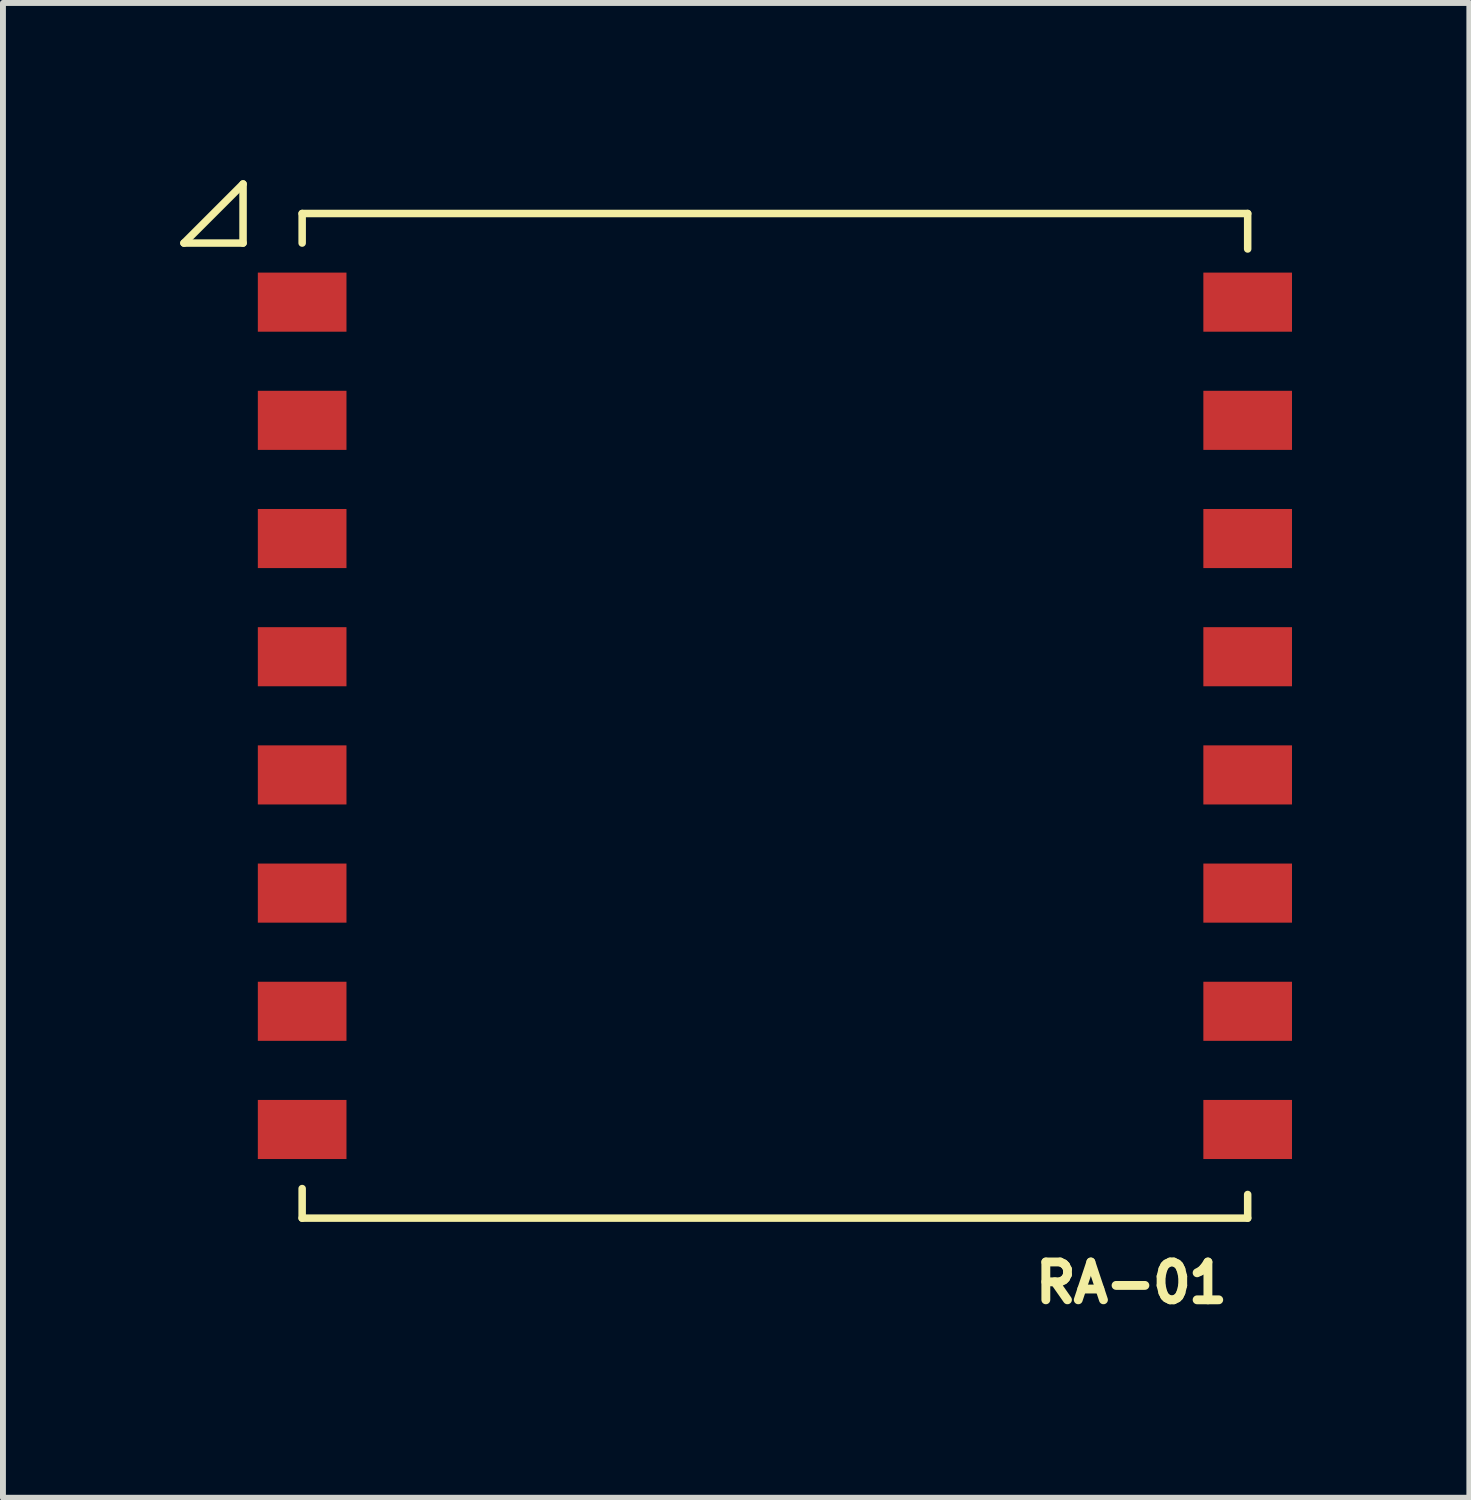
<source format=kicad_pcb>
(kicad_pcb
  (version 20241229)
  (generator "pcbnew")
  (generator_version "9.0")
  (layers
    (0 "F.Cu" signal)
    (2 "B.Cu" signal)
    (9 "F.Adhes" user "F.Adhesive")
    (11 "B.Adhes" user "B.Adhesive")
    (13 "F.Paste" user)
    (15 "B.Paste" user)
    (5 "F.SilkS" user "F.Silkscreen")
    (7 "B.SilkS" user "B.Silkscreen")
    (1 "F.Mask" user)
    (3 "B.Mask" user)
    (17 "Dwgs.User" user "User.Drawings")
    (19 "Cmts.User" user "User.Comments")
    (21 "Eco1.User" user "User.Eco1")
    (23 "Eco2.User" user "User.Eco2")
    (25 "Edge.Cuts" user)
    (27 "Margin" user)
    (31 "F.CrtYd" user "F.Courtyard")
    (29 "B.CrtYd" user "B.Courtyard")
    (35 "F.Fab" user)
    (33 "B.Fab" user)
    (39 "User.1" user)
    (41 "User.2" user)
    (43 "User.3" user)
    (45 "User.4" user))
  (footprint "RA-01"
    (layer "F.Cu")
    (at 10.063 9.063)
    (property "Reference" "RA-01" (at 6.032 9.594 0) (layer "F.SilkS") (effects (font (size 0.64 0.64) (thickness 0.15))))
    (attr through_hole)
    (fp_line (start -10 -8) (end -9 -8) (stroke (width 0.127) (type solid)) (layer "F.SilkS"))
    (fp_line (start -9 -9) (end -10 -8) (stroke (width 0.127) (type solid)) (layer "F.SilkS"))
    (fp_line (start -9 -8) (end -9 -9) (stroke (width 0.127) (type solid)) (layer "F.SilkS"))
    (fp_line (start -8 -8.5) (end 8 -8.5) (stroke (width 0.127) (type solid)) (layer "F.SilkS"))
    (fp_line (start -8 -8) (end -8 -8.5) (stroke (width 0.127) (type solid)) (layer "F.SilkS"))
    (fp_line (start -8 8) (end -8 8.5) (stroke (width 0.127) (type solid)) (layer "F.SilkS"))
    (fp_line (start -8 8.5) (end 8 8.5) (stroke (width 0.127) (type solid)) (layer "F.SilkS"))
    (fp_line (start 8 -8.5) (end 8 -7.9) (stroke (width 0.127) (type solid)) (layer "F.SilkS"))
    (fp_line (start 8 8.5) (end 8 8.1) (stroke (width 0.127) (type solid)) (layer "F.SilkS"))
    (pad "1" smd rect (at -8 -7) (size 1.5 1) (layers "F.Cu" "F.Mask" "F.Paste"))
    (pad "2" smd rect (at -8 -5) (size 1.5 1) (layers "F.Cu" "F.Mask" "F.Paste"))
    (pad "3" smd rect (at -8 -3) (size 1.5 1) (layers "F.Cu" "F.Mask" "F.Paste"))
    (pad "4" smd rect (at -8 -1) (size 1.5 1) (layers "F.Cu" "F.Mask" "F.Paste"))
    (pad "5" smd rect (at -8 1) (size 1.5 1) (layers "F.Cu" "F.Mask" "F.Paste"))
    (pad "6" smd rect (at -8 3) (size 1.5 1) (layers "F.Cu" "F.Mask" "F.Paste"))
    (pad "7" smd rect (at -8 5) (size 1.5 1) (layers "F.Cu" "F.Mask" "F.Paste"))
    (pad "8" smd rect (at -8 7) (size 1.5 1) (layers "F.Cu" "F.Mask" "F.Paste"))
    (pad "9" smd rect (at 8 7) (size 1.5 1) (layers "F.Cu" "F.Mask" "F.Paste"))
    (pad "10" smd rect (at 8 5) (size 1.5 1) (layers "F.Cu" "F.Mask" "F.Paste"))
    (pad "11" smd rect (at 8 3) (size 1.5 1) (layers "F.Cu" "F.Mask" "F.Paste"))
    (pad "12" smd rect (at 8 1) (size 1.5 1) (layers "F.Cu" "F.Mask" "F.Paste"))
    (pad "13" smd rect (at 8 -1) (size 1.5 1) (layers "F.Cu" "F.Mask" "F.Paste"))
    (pad "14" smd rect (at 8 -3) (size 1.5 1) (layers "F.Cu" "F.Mask" "F.Paste"))
    (pad "15" smd rect (at 8 -5) (size 1.5 1) (layers "F.Cu" "F.Mask" "F.Paste"))
    (pad "16" smd rect (at 8 -7) (size 1.5 1) (layers "F.Cu" "F.Mask" "F.Paste")))
  (gr_rect
    (start -3 -3)
    (end 21.814 22.295)
    (stroke (width 0.1) (type default))
    (fill no)
    (layer "Edge.Cuts")))
</source>
